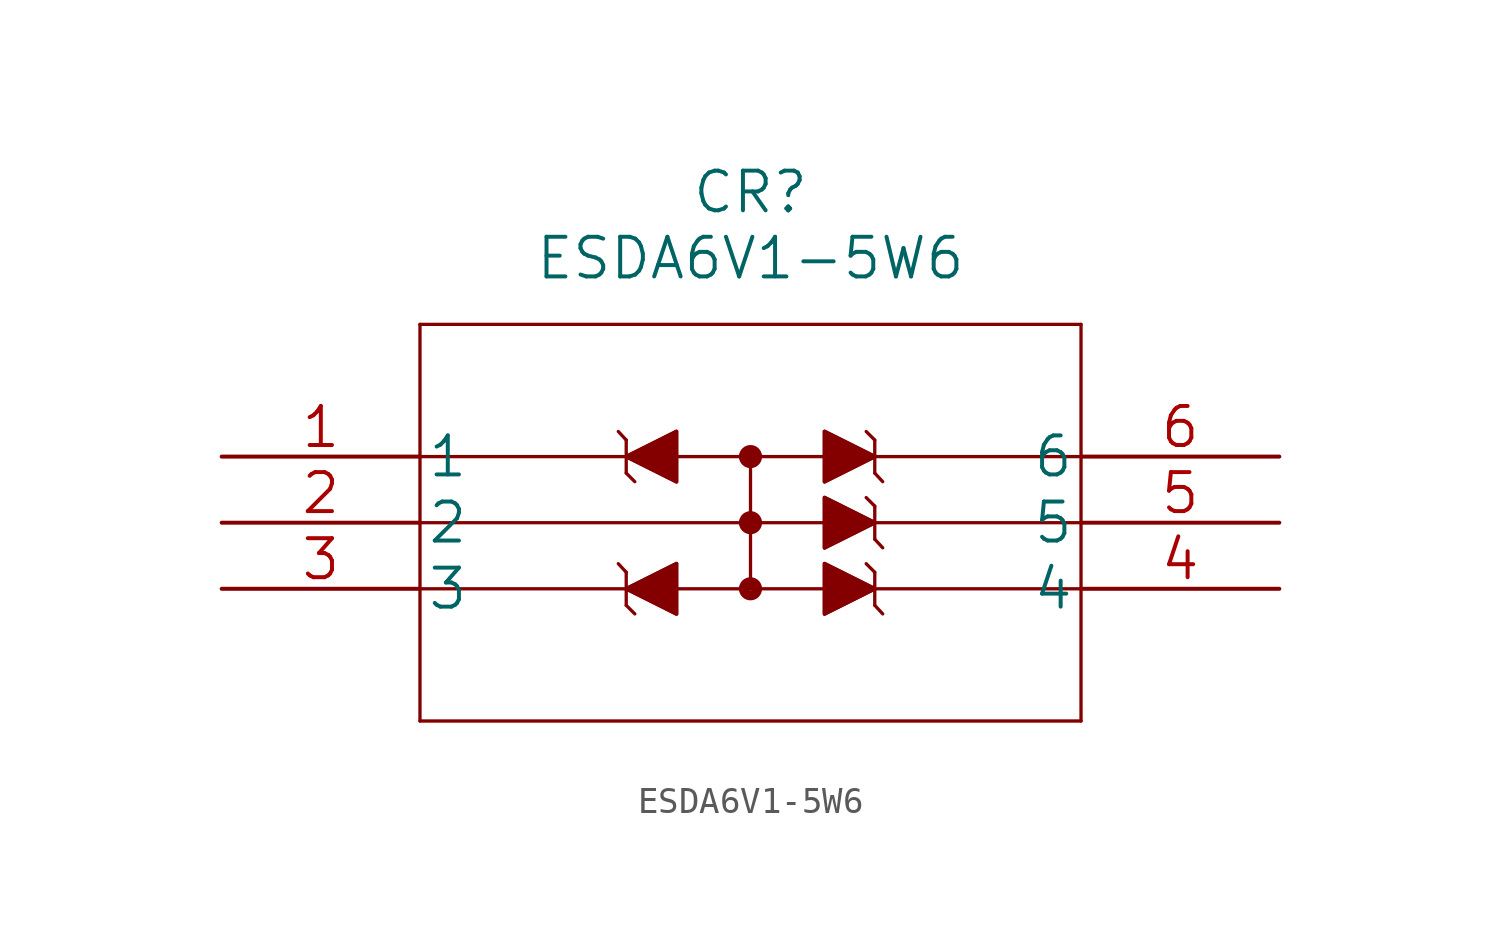
<source format=kicad_sym>
(kicad_symbol_lib
  (version 20211014)
  (generator kicad_symbol_editor)
  (symbol "ESDA6V1-5W6"
    (pin_names
      (offset 0.254))
    (property "Reference" "CR"
      (at 20.32 10.16 0)
      (effects (font (size 1.524 1.524))))
    (property "Value" "ESDA6V1-5W6"
      (at 20.32 7.62 0)
      (effects (font (size 1.524 1.524))))
    (property "Datasheet" ""
      (at 0 0 0)
      (effects (font (size 1.524 1.524))))
    (property "ki_locked" ""
      (at 0 0 0)
      (effects (font (size 1.27 1.27))))
    (symbol "ESDA6V1-5W6_1_1"
      (polyline (pts (xy 7.62 -10.16) (xy 33.02 -10.16)) (stroke (width 0.127) (type default) (color 0 0 0 0)) (fill (type none)))
      (polyline (pts (xy 7.62 -5.08) (xy 33.02 -5.08)) (stroke (width 0.127) (type default) (color 0 0 0 0)) (fill (type none)))
      (polyline (pts (xy 7.62 0) (xy 33.02 0)) (stroke (width 0.127) (type default) (color 0 0 0 0)) (fill (type none)))
      (polyline (pts (xy 7.62 5.08) (xy 7.62 -10.16)) (stroke (width 0.127) (type default) (color 0 0 0 0)) (fill (type none)))
      (polyline (pts (xy 15.545 -5.715) (xy 15.875 -6.045)) (stroke (width 0.127) (type default) (color 0 0 0 0)) (fill (type none)))
      (polyline (pts (xy 15.545 -5.08) (xy 15.545 -5.715)) (stroke (width 0.127) (type default) (color 0 0 0 0)) (fill (type none)))
      (polyline (pts (xy 15.545 -5.08) (xy 15.545 -4.445)) (stroke (width 0.127) (type default) (color 0 0 0 0)) (fill (type none)))
      (polyline (pts (xy 15.545 -5.08) (xy 17.475 -4.115)) (stroke (width 0.127) (type default) (color 0 0 0 0)) (fill (type none)))
      (polyline (pts (xy 15.545 -4.445) (xy 15.24 -4.115)) (stroke (width 0.127) (type default) (color 0 0 0 0)) (fill (type none)))
      (polyline (pts (xy 15.545 -0.635) (xy 15.875 -0.965)) (stroke (width 0.127) (type default) (color 0 0 0 0)) (fill (type none)))
      (polyline (pts (xy 15.545 0) (xy 15.545 -0.635)) (stroke (width 0.127) (type default) (color 0 0 0 0)) (fill (type none)))
      (polyline (pts (xy 15.545 0) (xy 15.545 0.635)) (stroke (width 0.127) (type default) (color 0 0 0 0)) (fill (type none)))
      (polyline (pts (xy 15.545 0) (xy 17.475 0.965)) (stroke (width 0.127) (type default) (color 0 0 0 0)) (fill (type none)))
      (polyline (pts (xy 15.545 0.635) (xy 15.24 0.965)) (stroke (width 0.127) (type default) (color 0 0 0 0)) (fill (type none)))
      (polyline (pts (xy 17.475 -6.045) (xy 15.545 -5.08)) (stroke (width 0.127) (type default) (color 0 0 0 0)) (fill (type none)))
      (polyline (pts (xy 17.475 -4.115) (xy 17.475 -6.045)) (stroke (width 0.127) (type default) (color 0 0 0 0)) (fill (type none)))
      (polyline (pts (xy 17.475 -0.965) (xy 15.545 0)) (stroke (width 0.127) (type default) (color 0 0 0 0)) (fill (type none)))
      (polyline (pts (xy 17.475 0.965) (xy 17.475 -0.965)) (stroke (width 0.127) (type default) (color 0 0 0 0)) (fill (type none)))
      (polyline (pts (xy 20.32 0) (xy 20.32 -5.08)) (stroke (width 0.127) (type default) (color 0 0 0 0)) (fill (type none)))
      (polyline (pts (xy 23.165 -6.045) (xy 25.095 -5.08)) (stroke (width 0.127) (type default) (color 0 0 0 0)) (fill (type none)))
      (polyline (pts (xy 23.165 -4.115) (xy 23.165 -6.045)) (stroke (width 0.127) (type default) (color 0 0 0 0)) (fill (type none)))
      (polyline (pts (xy 23.165 -3.505) (xy 25.095 -2.54)) (stroke (width 0.127) (type default) (color 0 0 0 0)) (fill (type none)))
      (polyline (pts (xy 23.165 -1.575) (xy 23.165 -3.505)) (stroke (width 0.127) (type default) (color 0 0 0 0)) (fill (type none)))
      (polyline (pts (xy 23.165 -0.965) (xy 25.095 0)) (stroke (width 0.127) (type default) (color 0 0 0 0)) (fill (type none)))
      (polyline (pts (xy 23.165 0.965) (xy 23.165 -0.965)) (stroke (width 0.127) (type default) (color 0 0 0 0)) (fill (type none)))
      (polyline (pts (xy 25.095 -5.715) (xy 25.4 -6.045)) (stroke (width 0.127) (type default) (color 0 0 0 0)) (fill (type none)))
      (polyline (pts (xy 25.095 -5.08) (xy 23.165 -4.115)) (stroke (width 0.127) (type default) (color 0 0 0 0)) (fill (type none)))
      (polyline (pts (xy 25.095 -4.445) (xy 24.765 -4.115)) (stroke (width 0.127) (type default) (color 0 0 0 0)) (fill (type none)))
      (polyline (pts (xy 25.095 -4.445) (xy 25.095 -5.715)) (stroke (width 0.127) (type default) (color 0 0 0 0)) (fill (type none)))
      (polyline (pts (xy 25.095 -3.175) (xy 25.4 -3.505)) (stroke (width 0.127) (type default) (color 0 0 0 0)) (fill (type none)))
      (polyline (pts (xy 25.095 -2.54) (xy 23.165 -1.575)) (stroke (width 0.127) (type default) (color 0 0 0 0)) (fill (type none)))
      (polyline (pts (xy 25.095 -1.905) (xy 24.765 -1.575)) (stroke (width 0.127) (type default) (color 0 0 0 0)) (fill (type none)))
      (polyline (pts (xy 25.095 -1.905) (xy 25.095 -3.175)) (stroke (width 0.127) (type default) (color 0 0 0 0)) (fill (type none)))
      (polyline (pts (xy 25.095 -0.635) (xy 25.4 -0.965)) (stroke (width 0.127) (type default) (color 0 0 0 0)) (fill (type none)))
      (polyline (pts (xy 25.095 0) (xy 23.165 0.965)) (stroke (width 0.127) (type default) (color 0 0 0 0)) (fill (type none)))
      (polyline (pts (xy 25.095 0.635) (xy 24.765 0.965)) (stroke (width 0.127) (type default) (color 0 0 0 0)) (fill (type none)))
      (polyline (pts (xy 25.095 0.635) (xy 25.095 -0.635)) (stroke (width 0.127) (type default) (color 0 0 0 0)) (fill (type none)))
      (polyline (pts (xy 33.02 -10.16) (xy 33.02 5.08)) (stroke (width 0.127) (type default) (color 0 0 0 0)) (fill (type none)))
      (polyline (pts (xy 33.02 -2.54) (xy 7.62 -2.54)) (stroke (width 0.127) (type default) (color 0 0 0 0)) (fill (type none)))
      (polyline (pts (xy 33.02 5.08) (xy 7.62 5.08)) (stroke (width 0.127) (type default) (color 0 0 0 0)) (fill (type none)))
      (polyline (pts (xy 15.545 -5.08) (xy 17.475 -4.115) (xy 17.475 -6.045) (xy 15.545 -5.08)) (stroke (width 0) (type default) (color 0 0 0 0)) (fill (type outline)))
      (polyline (pts (xy 15.545 0) (xy 17.475 0.965) (xy 17.475 -0.965) (xy 15.545 0)) (stroke (width 0) (type default) (color 0 0 0 0)) (fill (type outline)))
      (polyline (pts (xy 23.165 -4.115) (xy 25.095 -5.08) (xy 23.165 -6.045) (xy 23.165 -4.115)) (stroke (width 0) (type default) (color 0 0 0 0)) (fill (type outline)))
      (polyline (pts (xy 23.165 -1.575) (xy 25.095 -2.54) (xy 23.165 -3.505) (xy 23.165 -1.575)) (stroke (width 0) (type default) (color 0 0 0 0)) (fill (type outline)))
      (polyline (pts (xy 23.165 0.965) (xy 25.095 0) (xy 23.165 -0.965) (xy 23.165 0.965)) (stroke (width 0) (type default) (color 0 0 0 0)) (fill (type outline)))
      (arc (start 20.066 -5.08) (mid 20.574 -5.08) (end 20.066 -5.08) (stroke (width 0.381) (type default) (color 0 0 0 0)) (fill (type none)))
      (arc (start 20.066 -2.54) (mid 20.574 -2.54) (end 20.066 -2.54) (stroke (width 0.381) (type default) (color 0 0 0 0)) (fill (type none)))
      (arc (start 20.066 0) (mid 20.574 0) (end 20.066 0) (stroke (width 0.381) (type default) (color 0 0 0 0)) (fill (type none)))
      (circle (center 20.32 -5.08) (radius 0.254) (stroke (width 0.381) (type default) (color 0 0 0 0)) (fill (type none)))
      (circle (center 20.32 -2.54) (radius 0.254) (stroke (width 0.381) (type default) (color 0 0 0 0)) (fill (type none)))
      (circle (center 20.32 0) (radius 0.254) (stroke (width 0.381) (type default) (color 0 0 0 0)) (fill (type none)))
      (pin unspecified line (at 0 0 0) (length 7.62) (name "1" (effects (font (size 1.499 1.499)))) (number "1" (effects (font (size 1.499 1.499)))))
      (pin unspecified line (at 0 -2.54 0) (length 7.62) (name "2" (effects (font (size 1.499 1.499)))) (number "2" (effects (font (size 1.499 1.499)))))
      (pin unspecified line (at 0 -5.08 0) (length 7.62) (name "3" (effects (font (size 1.499 1.499)))) (number "3" (effects (font (size 1.499 1.499)))))
      (pin unspecified line (at 40.64 -5.08 180) (length 7.62) (name "4" (effects (font (size 1.499 1.499)))) (number "4" (effects (font (size 1.499 1.499)))))
      (pin unspecified line (at 40.64 -2.54 180) (length 7.62) (name "5" (effects (font (size 1.499 1.499)))) (number "5" (effects (font (size 1.499 1.499)))))
      (pin unspecified line (at 40.64 0 180) (length 7.62) (name "6" (effects (font (size 1.499 1.499)))) (number "6" (effects (font (size 1.499 1.499))))))))
</source>
